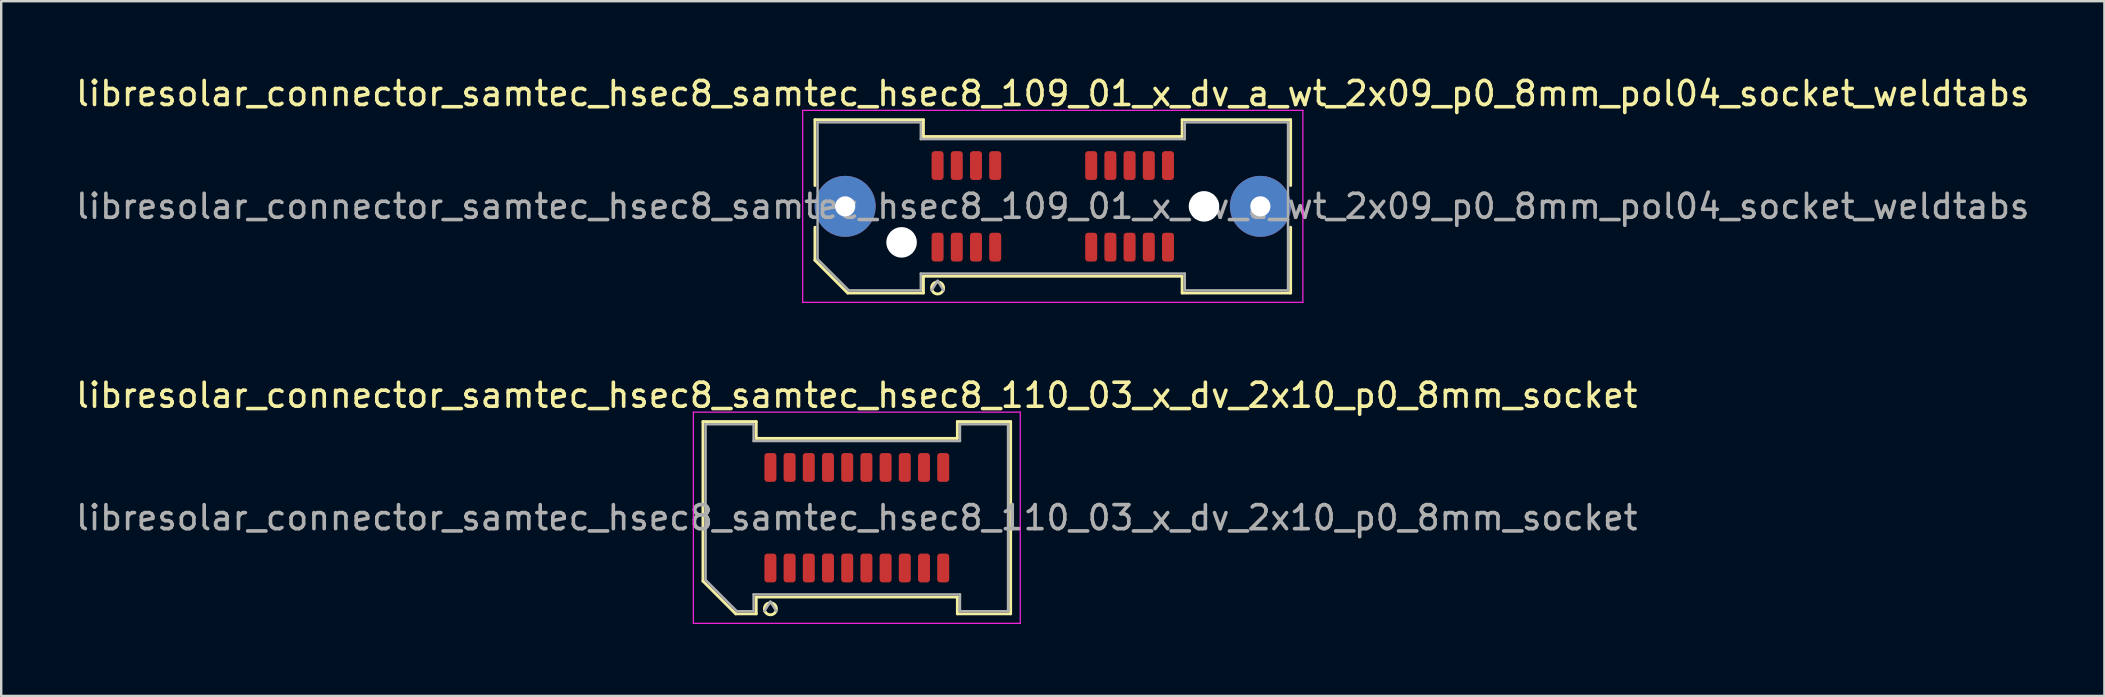
<source format=kicad_pcb>
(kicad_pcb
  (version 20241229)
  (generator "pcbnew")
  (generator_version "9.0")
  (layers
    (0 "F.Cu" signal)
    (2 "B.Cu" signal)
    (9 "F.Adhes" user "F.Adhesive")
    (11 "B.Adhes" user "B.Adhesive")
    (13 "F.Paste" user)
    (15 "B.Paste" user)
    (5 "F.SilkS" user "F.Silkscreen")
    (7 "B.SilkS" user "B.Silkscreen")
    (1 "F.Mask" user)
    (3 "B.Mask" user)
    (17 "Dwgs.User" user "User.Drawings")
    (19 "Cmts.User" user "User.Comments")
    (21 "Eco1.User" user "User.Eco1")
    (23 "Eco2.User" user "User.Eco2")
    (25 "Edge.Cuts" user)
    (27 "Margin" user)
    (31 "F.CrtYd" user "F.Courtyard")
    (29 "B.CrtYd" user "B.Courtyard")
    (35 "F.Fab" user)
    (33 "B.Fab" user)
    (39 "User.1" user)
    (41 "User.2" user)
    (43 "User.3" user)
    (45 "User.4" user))
  (footprint "libresolar_connector_samtec_hsec8_samtec_hsec8_110_03_x_dv_2x10_p0_8mm_socket"
    (layer "F.Cu")
    (at 32.649 18.521)
    (property "Reference" "libresolar_connector_samtec_hsec8_samtec_hsec8_110_03_x_dv_2x10_p0_8mm_socket" (at 0 -5.1 0) (layer "F.SilkS") (effects (font (size 1 1) (thickness 0.15))))
    (attr smd)
    (fp_line (start -6.41 -4.005) (end -4.19 -4.005) (stroke (width 0.12) (type solid)) (layer "F.SilkS"))
    (fp_line (start -6.41 2.641) (end -6.41 -4.005) (stroke (width 0.12) (type solid)) (layer "F.SilkS"))
    (fp_line (start -5.046 4.005) (end -6.41 2.641) (stroke (width 0.12) (type solid)) (layer "F.SilkS"))
    (fp_line (start -4.19 -4.005) (end -4.19 -3.305) (stroke (width 0.12) (type solid)) (layer "F.SilkS"))
    (fp_line (start -4.19 -3.305) (end 4.19 -3.305) (stroke (width 0.12) (type solid)) (layer "F.SilkS"))
    (fp_line (start -4.19 3.305) (end -4.19 4.005) (stroke (width 0.12) (type solid)) (layer "F.SilkS"))
    (fp_line (start -4.19 4.005) (end -5.046 4.005) (stroke (width 0.12) (type solid)) (layer "F.SilkS"))
    (fp_line (start 4.19 -4.005) (end 6.41 -4.005) (stroke (width 0.12) (type solid)) (layer "F.SilkS"))
    (fp_line (start 4.19 -3.305) (end 4.19 -4.005) (stroke (width 0.12) (type solid)) (layer "F.SilkS"))
    (fp_line (start 4.19 3.305) (end -4.19 3.305) (stroke (width 0.12) (type solid)) (layer "F.SilkS"))
    (fp_line (start 4.19 4.005) (end 4.19 3.305) (stroke (width 0.12) (type solid)) (layer "F.SilkS"))
    (fp_line (start 6.41 -4.005) (end 6.41 4.005) (stroke (width 0.12) (type solid)) (layer "F.SilkS"))
    (fp_line (start 6.41 4.005) (end 4.19 4.005) (stroke (width 0.12) (type solid)) (layer "F.SilkS"))
    (fp_arc (start -3.35 3.795) (mid -3.85 3.795) (end -3.35 3.795) (stroke (width 0.12) (type solid)) (layer "F.SilkS"))
    (fp_line (start -6.81 -4.4) (end -6.81 4.4) (stroke (width 0.05) (type solid)) (layer "F.CrtYd"))
    (fp_line (start -6.81 4.4) (end 6.81 4.4) (stroke (width 0.05) (type solid)) (layer "F.CrtYd"))
    (fp_line (start 6.81 -4.4) (end -6.81 -4.4) (stroke (width 0.05) (type solid)) (layer "F.CrtYd"))
    (fp_line (start 6.81 4.4) (end 6.81 -4.4) (stroke (width 0.05) (type solid)) (layer "F.CrtYd"))
    (fp_line (start -6.3 -3.895) (end -4.3 -3.895) (stroke (width 0.1) (type solid)) (layer "F.Fab"))
    (fp_line (start -6.3 2.595) (end -6.3 -3.895) (stroke (width 0.1) (type solid)) (layer "F.Fab"))
    (fp_line (start -5 3.895) (end -6.3 2.595) (stroke (width 0.1) (type solid)) (layer "F.Fab"))
    (fp_line (start -4.3 -3.895) (end -4.3 -3.195) (stroke (width 0.1) (type solid)) (layer "F.Fab"))
    (fp_line (start -4.3 -3.195) (end 4.3 -3.195) (stroke (width 0.1) (type solid)) (layer "F.Fab"))
    (fp_line (start -4.3 3.195) (end -4.3 3.895) (stroke (width 0.1) (type solid)) (layer "F.Fab"))
    (fp_line (start -4.3 3.895) (end -5 3.895) (stroke (width 0.1) (type solid)) (layer "F.Fab"))
    (fp_line (start -3.6 3.495) (end -3.85 3.895) (stroke (width 0.1) (type solid)) (layer "F.Fab"))
    (fp_line (start -3.6 3.495) (end -3.35 3.895) (stroke (width 0.1) (type solid)) (layer "F.Fab"))
    (fp_line (start 4.3 -3.895) (end 6.3 -3.895) (stroke (width 0.1) (type solid)) (layer "F.Fab"))
    (fp_line (start 4.3 -3.195) (end 4.3 -3.895) (stroke (width 0.1) (type solid)) (layer "F.Fab"))
    (fp_line (start 4.3 3.195) (end -4.3 3.195) (stroke (width 0.1) (type solid)) (layer "F.Fab"))
    (fp_line (start 4.3 3.895) (end 4.3 3.195) (stroke (width 0.1) (type solid)) (layer "F.Fab"))
    (fp_line (start 6.3 -3.895) (end 6.3 3.895) (stroke (width 0.1) (type solid)) (layer "F.Fab"))
    (fp_line (start 6.3 3.895) (end 4.3 3.895) (stroke (width 0.1) (type solid)) (layer "F.Fab"))
    (fp_text user "${REFERENCE}" (at 0 0 0) (layer "F.Fab") (effects (font (size 1 1) (thickness 0.15))))
    (pad "1" smd roundrect (at -3.6 2.095) (size 0.5 1.2) (layers "F.Cu" "F.Mask" "F.Paste") (roundrect_rratio 0.25))
    (pad "2" smd roundrect (at -3.6 -2.095) (size 0.5 1.2) (layers "F.Cu" "F.Mask" "F.Paste") (roundrect_rratio 0.25))
    (pad "3" smd roundrect (at -2.8 2.095) (size 0.5 1.2) (layers "F.Cu" "F.Mask" "F.Paste") (roundrect_rratio 0.25))
    (pad "4" smd roundrect (at -2.8 -2.095) (size 0.5 1.2) (layers "F.Cu" "F.Mask" "F.Paste") (roundrect_rratio 0.25))
    (pad "5" smd roundrect (at -2 2.095) (size 0.5 1.2) (layers "F.Cu" "F.Mask" "F.Paste") (roundrect_rratio 0.25))
    (pad "6" smd roundrect (at -2 -2.095) (size 0.5 1.2) (layers "F.Cu" "F.Mask" "F.Paste") (roundrect_rratio 0.25))
    (pad "7" smd roundrect (at -1.2 2.095) (size 0.5 1.2) (layers "F.Cu" "F.Mask" "F.Paste") (roundrect_rratio 0.25))
    (pad "8" smd roundrect (at -1.2 -2.095) (size 0.5 1.2) (layers "F.Cu" "F.Mask" "F.Paste") (roundrect_rratio 0.25))
    (pad "9" smd roundrect (at -0.4 2.095) (size 0.5 1.2) (layers "F.Cu" "F.Mask" "F.Paste") (roundrect_rratio 0.25))
    (pad "10" smd roundrect (at -0.4 -2.095) (size 0.5 1.2) (layers "F.Cu" "F.Mask" "F.Paste") (roundrect_rratio 0.25))
    (pad "11" smd roundrect (at 0.4 2.095) (size 0.5 1.2) (layers "F.Cu" "F.Mask" "F.Paste") (roundrect_rratio 0.25))
    (pad "12" smd roundrect (at 0.4 -2.095) (size 0.5 1.2) (layers "F.Cu" "F.Mask" "F.Paste") (roundrect_rratio 0.25))
    (pad "13" smd roundrect (at 1.2 2.095) (size 0.5 1.2) (layers "F.Cu" "F.Mask" "F.Paste") (roundrect_rratio 0.25))
    (pad "14" smd roundrect (at 1.2 -2.095) (size 0.5 1.2) (layers "F.Cu" "F.Mask" "F.Paste") (roundrect_rratio 0.25))
    (pad "15" smd roundrect (at 2 2.095) (size 0.5 1.2) (layers "F.Cu" "F.Mask" "F.Paste") (roundrect_rratio 0.25))
    (pad "16" smd roundrect (at 2 -2.095) (size 0.5 1.2) (layers "F.Cu" "F.Mask" "F.Paste") (roundrect_rratio 0.25))
    (pad "17" smd roundrect (at 2.8 2.095) (size 0.5 1.2) (layers "F.Cu" "F.Mask" "F.Paste") (roundrect_rratio 0.25))
    (pad "18" smd roundrect (at 2.8 -2.095) (size 0.5 1.2) (layers "F.Cu" "F.Mask" "F.Paste") (roundrect_rratio 0.25))
    (pad "19" smd roundrect (at 3.6 2.095) (size 0.5 1.2) (layers "F.Cu" "F.Mask" "F.Paste") (roundrect_rratio 0.25))
    (pad "20" smd roundrect (at 3.6 -2.095) (size 0.5 1.2) (layers "F.Cu" "F.Mask" "F.Paste") (roundrect_rratio 0.25)))
  (footprint "libresolar_connector_samtec_hsec8_samtec_hsec8_109_01_x_dv_a_wt_2x09_p0_8mm_pol04_socket_weldtabs"
    (layer "F.Cu")
    (at 40.815 5.548)
    (property "Reference" "libresolar_connector_samtec_hsec8_samtec_hsec8_109_01_x_dv_a_wt_2x09_p0_8mm_pol04_socket_weldtabs" (at 0 -4.7 0) (layer "F.SilkS") (effects (font (size 1 1) (thickness 0.15))))
    (attr smd)
    (fp_line (start -9.91 -3.61) (end -5.39 -3.61) (stroke (width 0.12) (type solid)) (layer "F.SilkS"))
    (fp_line (start -9.91 -0.868) (end -9.91 -3.61) (stroke (width 0.12) (type solid)) (layer "F.SilkS"))
    (fp_line (start -9.91 2.246) (end -9.91 0.868) (stroke (width 0.12) (type solid)) (layer "F.SilkS"))
    (fp_line (start -8.546 3.61) (end -9.91 2.246) (stroke (width 0.12) (type solid)) (layer "F.SilkS"))
    (fp_line (start -5.39 -3.61) (end -5.39 -2.91) (stroke (width 0.12) (type solid)) (layer "F.SilkS"))
    (fp_line (start -5.39 -2.91) (end 5.39 -2.91) (stroke (width 0.12) (type solid)) (layer "F.SilkS"))
    (fp_line (start -5.39 2.91) (end -5.39 3.61) (stroke (width 0.12) (type solid)) (layer "F.SilkS"))
    (fp_line (start -5.39 3.61) (end -8.546 3.61) (stroke (width 0.12) (type solid)) (layer "F.SilkS"))
    (fp_line (start 5.39 -3.61) (end 9.91 -3.61) (stroke (width 0.12) (type solid)) (layer "F.SilkS"))
    (fp_line (start 5.39 -2.91) (end 5.39 -3.61) (stroke (width 0.12) (type solid)) (layer "F.SilkS"))
    (fp_line (start 5.39 2.91) (end -5.39 2.91) (stroke (width 0.12) (type solid)) (layer "F.SilkS"))
    (fp_line (start 5.39 3.61) (end 5.39 2.91) (stroke (width 0.12) (type solid)) (layer "F.SilkS"))
    (fp_line (start 9.91 -3.61) (end 9.91 -0.868) (stroke (width 0.12) (type solid)) (layer "F.SilkS"))
    (fp_line (start 9.91 0.868) (end 9.91 3.61) (stroke (width 0.12) (type solid)) (layer "F.SilkS"))
    (fp_line (start 9.91 3.61) (end 5.39 3.61) (stroke (width 0.12) (type solid)) (layer "F.SilkS"))
    (fp_arc (start -4.55 3.4) (mid -5.05 3.4) (end -4.55 3.4) (stroke (width 0.12) (type solid)) (layer "F.SilkS"))
    (fp_line (start -10.42 -4) (end -10.42 4) (stroke (width 0.05) (type solid)) (layer "F.CrtYd"))
    (fp_line (start -10.42 4) (end 10.42 4) (stroke (width 0.05) (type solid)) (layer "F.CrtYd"))
    (fp_line (start 10.42 -4) (end -10.42 -4) (stroke (width 0.05) (type solid)) (layer "F.CrtYd"))
    (fp_line (start 10.42 4) (end 10.42 -4) (stroke (width 0.05) (type solid)) (layer "F.CrtYd"))
    (fp_line (start -9.8 -3.5) (end -5.5 -3.5) (stroke (width 0.1) (type solid)) (layer "F.Fab"))
    (fp_line (start -9.8 2.2) (end -9.8 -3.5) (stroke (width 0.1) (type solid)) (layer "F.Fab"))
    (fp_line (start -8.5 3.5) (end -9.8 2.2) (stroke (width 0.1) (type solid)) (layer "F.Fab"))
    (fp_line (start -5.5 -3.5) (end -5.5 -2.8) (stroke (width 0.1) (type solid)) (layer "F.Fab"))
    (fp_line (start -5.5 -2.8) (end 5.5 -2.8) (stroke (width 0.1) (type solid)) (layer "F.Fab"))
    (fp_line (start -5.5 2.8) (end -5.5 3.5) (stroke (width 0.1) (type solid)) (layer "F.Fab"))
    (fp_line (start -5.5 3.5) (end -8.5 3.5) (stroke (width 0.1) (type solid)) (layer "F.Fab"))
    (fp_line (start -4.8 3.1) (end -5.05 3.5) (stroke (width 0.1) (type solid)) (layer "F.Fab"))
    (fp_line (start -4.8 3.1) (end -4.55 3.5) (stroke (width 0.1) (type solid)) (layer "F.Fab"))
    (fp_line (start 5.5 -3.5) (end 9.8 -3.5) (stroke (width 0.1) (type solid)) (layer "F.Fab"))
    (fp_line (start 5.5 -2.8) (end 5.5 -3.5) (stroke (width 0.1) (type solid)) (layer "F.Fab"))
    (fp_line (start 5.5 2.8) (end -5.5 2.8) (stroke (width 0.1) (type solid)) (layer "F.Fab"))
    (fp_line (start 5.5 3.5) (end 5.5 2.8) (stroke (width 0.1) (type solid)) (layer "F.Fab"))
    (fp_line (start 9.8 -3.5) (end 9.8 3.5) (stroke (width 0.1) (type solid)) (layer "F.Fab"))
    (fp_line (start 9.8 3.5) (end 5.5 3.5) (stroke (width 0.1) (type solid)) (layer "F.Fab"))
    (fp_text user "${REFERENCE}" (at 0 0 0) (layer "F.Fab") (effects (font (size 1 1) (thickness 0.15))))
    (pad "" thru_hole circle (at -8.65 0) (size 2.54 2.54) (drill 0.84) (layers "*.Cu" "*.Mask" "F.Paste"))
    (pad "" np_thru_hole circle (at -6.3 1.5) (size 1.27 1.27) (drill 1.27) (layers "*.Cu" "*.Mask"))
    (pad "" np_thru_hole circle (at 6.3 0) (size 1.27 1.27) (drill 1.27) (layers "*.Cu" "*.Mask"))
    (pad "" thru_hole circle (at 8.65 0) (size 2.54 2.54) (drill 0.84) (layers "*.Cu" "*.Mask" "F.Paste"))
    (pad "1" smd roundrect (at -4.8 1.7) (size 0.5 1.2) (layers "F.Cu" "F.Mask" "F.Paste") (roundrect_rratio 0.25))
    (pad "2" smd roundrect (at -4.8 -1.7) (size 0.5 1.2) (layers "F.Cu" "F.Mask" "F.Paste") (roundrect_rratio 0.25))
    (pad "3" smd roundrect (at -4 1.7) (size 0.5 1.2) (layers "F.Cu" "F.Mask" "F.Paste") (roundrect_rratio 0.25))
    (pad "4" smd roundrect (at -4 -1.7) (size 0.5 1.2) (layers "F.Cu" "F.Mask" "F.Paste") (roundrect_rratio 0.25))
    (pad "5" smd roundrect (at -3.2 1.7) (size 0.5 1.2) (layers "F.Cu" "F.Mask" "F.Paste") (roundrect_rratio 0.25))
    (pad "6" smd roundrect (at -3.2 -1.7) (size 0.5 1.2) (layers "F.Cu" "F.Mask" "F.Paste") (roundrect_rratio 0.25))
    (pad "7" smd roundrect (at -2.4 1.7) (size 0.5 1.2) (layers "F.Cu" "F.Mask" "F.Paste") (roundrect_rratio 0.25))
    (pad "8" smd roundrect (at -2.4 -1.7) (size 0.5 1.2) (layers "F.Cu" "F.Mask" "F.Paste") (roundrect_rratio 0.25))
    (pad "9" smd roundrect (at 1.6 1.7) (size 0.5 1.2) (layers "F.Cu" "F.Mask" "F.Paste") (roundrect_rratio 0.25))
    (pad "10" smd roundrect (at 1.6 -1.7) (size 0.5 1.2) (layers "F.Cu" "F.Mask" "F.Paste") (roundrect_rratio 0.25))
    (pad "11" smd roundrect (at 2.4 1.7) (size 0.5 1.2) (layers "F.Cu" "F.Mask" "F.Paste") (roundrect_rratio 0.25))
    (pad "12" smd roundrect (at 2.4 -1.7) (size 0.5 1.2) (layers "F.Cu" "F.Mask" "F.Paste") (roundrect_rratio 0.25))
    (pad "13" smd roundrect (at 3.2 1.7) (size 0.5 1.2) (layers "F.Cu" "F.Mask" "F.Paste") (roundrect_rratio 0.25))
    (pad "14" smd roundrect (at 3.2 -1.7) (size 0.5 1.2) (layers "F.Cu" "F.Mask" "F.Paste") (roundrect_rratio 0.25))
    (pad "15" smd roundrect (at 4 1.7) (size 0.5 1.2) (layers "F.Cu" "F.Mask" "F.Paste") (roundrect_rratio 0.25))
    (pad "16" smd roundrect (at 4 -1.7) (size 0.5 1.2) (layers "F.Cu" "F.Mask" "F.Paste") (roundrect_rratio 0.25))
    (pad "17" smd roundrect (at 4.8 1.7) (size 0.5 1.2) (layers "F.Cu" "F.Mask" "F.Paste") (roundrect_rratio 0.25))
    (pad "18" smd roundrect (at 4.8 -1.7) (size 0.5 1.2) (layers "F.Cu" "F.Mask" "F.Paste") (roundrect_rratio 0.25)))
  (gr_rect
    (start -3 -3)
    (end 84.631 25.947)
    (stroke (width 0.1) (type default))
    (fill no)
    (layer "Edge.Cuts")))
</source>
